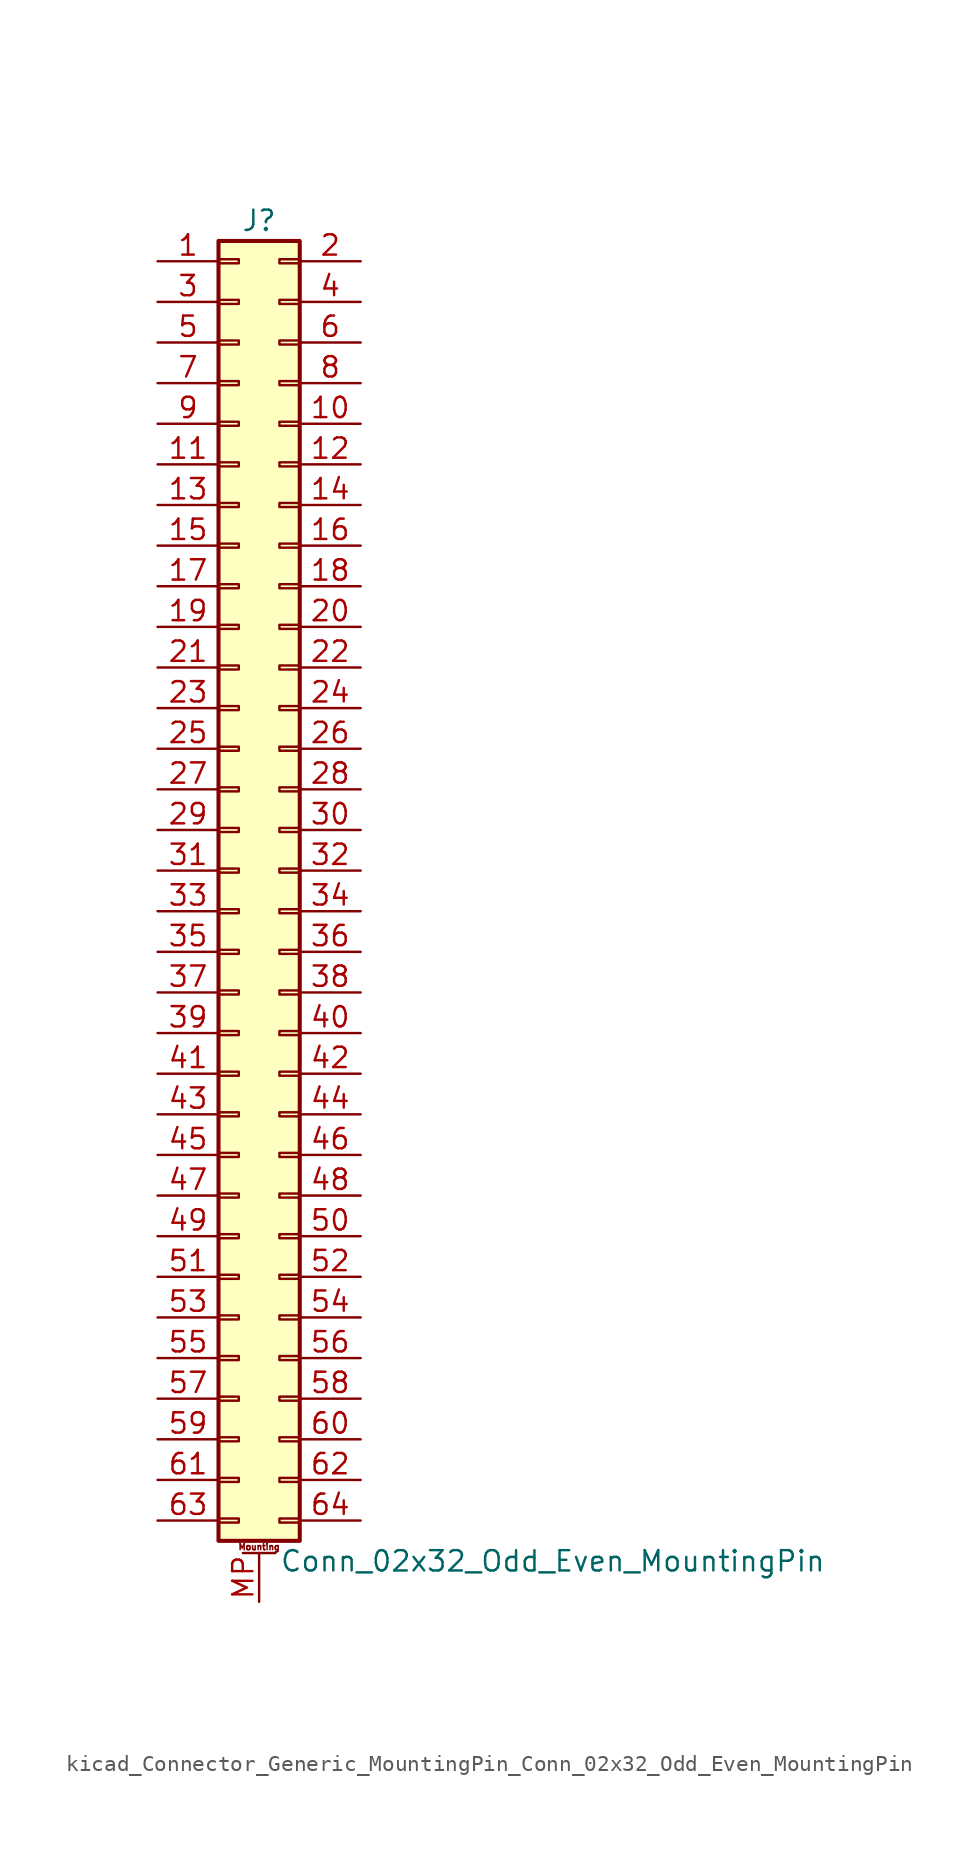
<source format=kicad_sym>
(kicad_symbol_lib
  (version 20220914)
  (generator kicad_symbol_editor)
  (symbol "kicad_Connector_Generic_MountingPin_Conn_02x32_Odd_Even_MountingPin"
    (pin_names
      (offset 1.016) hide)
    (property "Reference" "J"
      (at 1.27 40.64 0)
      (effects (font (size 1.27 1.27))))
    (property "Value" "Conn_02x32_Odd_Even_MountingPin"
      (at 2.54 -43.18 0)
      (effects (font (size 1.27 1.27)) (justify left)))
    (symbol "kicad_Connector_Generic_MountingPin_Conn_02x32_Odd_Even_MountingPin_1_1"
      (rectangle (start -1.27 -40.513) (end 0 -40.767) (stroke (width 0.152) (type default)) (fill (type none)))
      (rectangle (start -1.27 -37.973) (end 0 -38.227) (stroke (width 0.152) (type default)) (fill (type none)))
      (rectangle (start -1.27 -35.433) (end 0 -35.687) (stroke (width 0.152) (type default)) (fill (type none)))
      (rectangle (start -1.27 -32.893) (end 0 -33.147) (stroke (width 0.152) (type default)) (fill (type none)))
      (rectangle (start -1.27 -30.353) (end 0 -30.607) (stroke (width 0.152) (type default)) (fill (type none)))
      (rectangle (start -1.27 -27.813) (end 0 -28.067) (stroke (width 0.152) (type default)) (fill (type none)))
      (rectangle (start -1.27 -25.273) (end 0 -25.527) (stroke (width 0.152) (type default)) (fill (type none)))
      (rectangle (start -1.27 -22.733) (end 0 -22.987) (stroke (width 0.152) (type default)) (fill (type none)))
      (rectangle (start -1.27 -20.193) (end 0 -20.447) (stroke (width 0.152) (type default)) (fill (type none)))
      (rectangle (start -1.27 -17.653) (end 0 -17.907) (stroke (width 0.152) (type default)) (fill (type none)))
      (rectangle (start -1.27 -15.113) (end 0 -15.367) (stroke (width 0.152) (type default)) (fill (type none)))
      (rectangle (start -1.27 -12.573) (end 0 -12.827) (stroke (width 0.152) (type default)) (fill (type none)))
      (rectangle (start -1.27 -10.033) (end 0 -10.287) (stroke (width 0.152) (type default)) (fill (type none)))
      (rectangle (start -1.27 -7.493) (end 0 -7.747) (stroke (width 0.152) (type default)) (fill (type none)))
      (rectangle (start -1.27 -4.953) (end 0 -5.207) (stroke (width 0.152) (type default)) (fill (type none)))
      (rectangle (start -1.27 -2.413) (end 0 -2.667) (stroke (width 0.152) (type default)) (fill (type none)))
      (rectangle (start -1.27 0.127) (end 0 -0.127) (stroke (width 0.152) (type default)) (fill (type none)))
      (rectangle (start -1.27 2.667) (end 0 2.413) (stroke (width 0.152) (type default)) (fill (type none)))
      (rectangle (start -1.27 5.207) (end 0 4.953) (stroke (width 0.152) (type default)) (fill (type none)))
      (rectangle (start -1.27 7.747) (end 0 7.493) (stroke (width 0.152) (type default)) (fill (type none)))
      (rectangle (start -1.27 10.287) (end 0 10.033) (stroke (width 0.152) (type default)) (fill (type none)))
      (rectangle (start -1.27 12.827) (end 0 12.573) (stroke (width 0.152) (type default)) (fill (type none)))
      (rectangle (start -1.27 15.367) (end 0 15.113) (stroke (width 0.152) (type default)) (fill (type none)))
      (rectangle (start -1.27 17.907) (end 0 17.653) (stroke (width 0.152) (type default)) (fill (type none)))
      (rectangle (start -1.27 20.447) (end 0 20.193) (stroke (width 0.152) (type default)) (fill (type none)))
      (rectangle (start -1.27 22.987) (end 0 22.733) (stroke (width 0.152) (type default)) (fill (type none)))
      (rectangle (start -1.27 25.527) (end 0 25.273) (stroke (width 0.152) (type default)) (fill (type none)))
      (rectangle (start -1.27 28.067) (end 0 27.813) (stroke (width 0.152) (type default)) (fill (type none)))
      (rectangle (start -1.27 30.607) (end 0 30.353) (stroke (width 0.152) (type default)) (fill (type none)))
      (rectangle (start -1.27 33.147) (end 0 32.893) (stroke (width 0.152) (type default)) (fill (type none)))
      (rectangle (start -1.27 35.687) (end 0 35.433) (stroke (width 0.152) (type default)) (fill (type none)))
      (rectangle (start -1.27 38.227) (end 0 37.973) (stroke (width 0.152) (type default)) (fill (type none)))
      (rectangle (start -1.27 39.37) (end 3.81 -41.91) (stroke (width 0.254) (type default)) (fill (type background)))
      (polyline (pts (xy 0.254 -42.672) (xy 2.286 -42.672)) (stroke (width 0.152) (type default)) (fill (type none)))
      (rectangle (start 3.81 -40.513) (end 2.54 -40.767) (stroke (width 0.152) (type default)) (fill (type none)))
      (rectangle (start 3.81 -37.973) (end 2.54 -38.227) (stroke (width 0.152) (type default)) (fill (type none)))
      (rectangle (start 3.81 -35.433) (end 2.54 -35.687) (stroke (width 0.152) (type default)) (fill (type none)))
      (rectangle (start 3.81 -32.893) (end 2.54 -33.147) (stroke (width 0.152) (type default)) (fill (type none)))
      (rectangle (start 3.81 -30.353) (end 2.54 -30.607) (stroke (width 0.152) (type default)) (fill (type none)))
      (rectangle (start 3.81 -27.813) (end 2.54 -28.067) (stroke (width 0.152) (type default)) (fill (type none)))
      (rectangle (start 3.81 -25.273) (end 2.54 -25.527) (stroke (width 0.152) (type default)) (fill (type none)))
      (rectangle (start 3.81 -22.733) (end 2.54 -22.987) (stroke (width 0.152) (type default)) (fill (type none)))
      (rectangle (start 3.81 -20.193) (end 2.54 -20.447) (stroke (width 0.152) (type default)) (fill (type none)))
      (rectangle (start 3.81 -17.653) (end 2.54 -17.907) (stroke (width 0.152) (type default)) (fill (type none)))
      (rectangle (start 3.81 -15.113) (end 2.54 -15.367) (stroke (width 0.152) (type default)) (fill (type none)))
      (rectangle (start 3.81 -12.573) (end 2.54 -12.827) (stroke (width 0.152) (type default)) (fill (type none)))
      (rectangle (start 3.81 -10.033) (end 2.54 -10.287) (stroke (width 0.152) (type default)) (fill (type none)))
      (rectangle (start 3.81 -7.493) (end 2.54 -7.747) (stroke (width 0.152) (type default)) (fill (type none)))
      (rectangle (start 3.81 -4.953) (end 2.54 -5.207) (stroke (width 0.152) (type default)) (fill (type none)))
      (rectangle (start 3.81 -2.413) (end 2.54 -2.667) (stroke (width 0.152) (type default)) (fill (type none)))
      (rectangle (start 3.81 0.127) (end 2.54 -0.127) (stroke (width 0.152) (type default)) (fill (type none)))
      (rectangle (start 3.81 2.667) (end 2.54 2.413) (stroke (width 0.152) (type default)) (fill (type none)))
      (rectangle (start 3.81 5.207) (end 2.54 4.953) (stroke (width 0.152) (type default)) (fill (type none)))
      (rectangle (start 3.81 7.747) (end 2.54 7.493) (stroke (width 0.152) (type default)) (fill (type none)))
      (rectangle (start 3.81 10.287) (end 2.54 10.033) (stroke (width 0.152) (type default)) (fill (type none)))
      (rectangle (start 3.81 12.827) (end 2.54 12.573) (stroke (width 0.152) (type default)) (fill (type none)))
      (rectangle (start 3.81 15.367) (end 2.54 15.113) (stroke (width 0.152) (type default)) (fill (type none)))
      (rectangle (start 3.81 17.907) (end 2.54 17.653) (stroke (width 0.152) (type default)) (fill (type none)))
      (rectangle (start 3.81 20.447) (end 2.54 20.193) (stroke (width 0.152) (type default)) (fill (type none)))
      (rectangle (start 3.81 22.987) (end 2.54 22.733) (stroke (width 0.152) (type default)) (fill (type none)))
      (rectangle (start 3.81 25.527) (end 2.54 25.273) (stroke (width 0.152) (type default)) (fill (type none)))
      (rectangle (start 3.81 28.067) (end 2.54 27.813) (stroke (width 0.152) (type default)) (fill (type none)))
      (rectangle (start 3.81 30.607) (end 2.54 30.353) (stroke (width 0.152) (type default)) (fill (type none)))
      (rectangle (start 3.81 33.147) (end 2.54 32.893) (stroke (width 0.152) (type default)) (fill (type none)))
      (rectangle (start 3.81 35.687) (end 2.54 35.433) (stroke (width 0.152) (type default)) (fill (type none)))
      (rectangle (start 3.81 38.227) (end 2.54 37.973) (stroke (width 0.152) (type default)) (fill (type none)))
      (text "Mounting" (at 1.27 -42.291 0) (effects (font (size 0.381 0.381))))
      (pin passive line (at -5.08 38.1 0) (length 3.81) (name "Pin_1" (effects (font (size 1.27 1.27)))) (number "1" (effects (font (size 1.27 1.27)))))
      (pin passive line (at 7.62 27.94 180) (length 3.81) (name "Pin_10" (effects (font (size 1.27 1.27)))) (number "10" (effects (font (size 1.27 1.27)))))
      (pin passive line (at -5.08 25.4 0) (length 3.81) (name "Pin_11" (effects (font (size 1.27 1.27)))) (number "11" (effects (font (size 1.27 1.27)))))
      (pin passive line (at 7.62 25.4 180) (length 3.81) (name "Pin_12" (effects (font (size 1.27 1.27)))) (number "12" (effects (font (size 1.27 1.27)))))
      (pin passive line (at -5.08 22.86 0) (length 3.81) (name "Pin_13" (effects (font (size 1.27 1.27)))) (number "13" (effects (font (size 1.27 1.27)))))
      (pin passive line (at 7.62 22.86 180) (length 3.81) (name "Pin_14" (effects (font (size 1.27 1.27)))) (number "14" (effects (font (size 1.27 1.27)))))
      (pin passive line (at -5.08 20.32 0) (length 3.81) (name "Pin_15" (effects (font (size 1.27 1.27)))) (number "15" (effects (font (size 1.27 1.27)))))
      (pin passive line (at 7.62 20.32 180) (length 3.81) (name "Pin_16" (effects (font (size 1.27 1.27)))) (number "16" (effects (font (size 1.27 1.27)))))
      (pin passive line (at -5.08 17.78 0) (length 3.81) (name "Pin_17" (effects (font (size 1.27 1.27)))) (number "17" (effects (font (size 1.27 1.27)))))
      (pin passive line (at 7.62 17.78 180) (length 3.81) (name "Pin_18" (effects (font (size 1.27 1.27)))) (number "18" (effects (font (size 1.27 1.27)))))
      (pin passive line (at -5.08 15.24 0) (length 3.81) (name "Pin_19" (effects (font (size 1.27 1.27)))) (number "19" (effects (font (size 1.27 1.27)))))
      (pin passive line (at 7.62 38.1 180) (length 3.81) (name "Pin_2" (effects (font (size 1.27 1.27)))) (number "2" (effects (font (size 1.27 1.27)))))
      (pin passive line (at 7.62 15.24 180) (length 3.81) (name "Pin_20" (effects (font (size 1.27 1.27)))) (number "20" (effects (font (size 1.27 1.27)))))
      (pin passive line (at -5.08 12.7 0) (length 3.81) (name "Pin_21" (effects (font (size 1.27 1.27)))) (number "21" (effects (font (size 1.27 1.27)))))
      (pin passive line (at 7.62 12.7 180) (length 3.81) (name "Pin_22" (effects (font (size 1.27 1.27)))) (number "22" (effects (font (size 1.27 1.27)))))
      (pin passive line (at -5.08 10.16 0) (length 3.81) (name "Pin_23" (effects (font (size 1.27 1.27)))) (number "23" (effects (font (size 1.27 1.27)))))
      (pin passive line (at 7.62 10.16 180) (length 3.81) (name "Pin_24" (effects (font (size 1.27 1.27)))) (number "24" (effects (font (size 1.27 1.27)))))
      (pin passive line (at -5.08 7.62 0) (length 3.81) (name "Pin_25" (effects (font (size 1.27 1.27)))) (number "25" (effects (font (size 1.27 1.27)))))
      (pin passive line (at 7.62 7.62 180) (length 3.81) (name "Pin_26" (effects (font (size 1.27 1.27)))) (number "26" (effects (font (size 1.27 1.27)))))
      (pin passive line (at -5.08 5.08 0) (length 3.81) (name "Pin_27" (effects (font (size 1.27 1.27)))) (number "27" (effects (font (size 1.27 1.27)))))
      (pin passive line (at 7.62 5.08 180) (length 3.81) (name "Pin_28" (effects (font (size 1.27 1.27)))) (number "28" (effects (font (size 1.27 1.27)))))
      (pin passive line (at -5.08 2.54 0) (length 3.81) (name "Pin_29" (effects (font (size 1.27 1.27)))) (number "29" (effects (font (size 1.27 1.27)))))
      (pin passive line (at -5.08 35.56 0) (length 3.81) (name "Pin_3" (effects (font (size 1.27 1.27)))) (number "3" (effects (font (size 1.27 1.27)))))
      (pin passive line (at 7.62 2.54 180) (length 3.81) (name "Pin_30" (effects (font (size 1.27 1.27)))) (number "30" (effects (font (size 1.27 1.27)))))
      (pin passive line (at -5.08 0 0) (length 3.81) (name "Pin_31" (effects (font (size 1.27 1.27)))) (number "31" (effects (font (size 1.27 1.27)))))
      (pin passive line (at 7.62 0 180) (length 3.81) (name "Pin_32" (effects (font (size 1.27 1.27)))) (number "32" (effects (font (size 1.27 1.27)))))
      (pin passive line (at -5.08 -2.54 0) (length 3.81) (name "Pin_33" (effects (font (size 1.27 1.27)))) (number "33" (effects (font (size 1.27 1.27)))))
      (pin passive line (at 7.62 -2.54 180) (length 3.81) (name "Pin_34" (effects (font (size 1.27 1.27)))) (number "34" (effects (font (size 1.27 1.27)))))
      (pin passive line (at -5.08 -5.08 0) (length 3.81) (name "Pin_35" (effects (font (size 1.27 1.27)))) (number "35" (effects (font (size 1.27 1.27)))))
      (pin passive line (at 7.62 -5.08 180) (length 3.81) (name "Pin_36" (effects (font (size 1.27 1.27)))) (number "36" (effects (font (size 1.27 1.27)))))
      (pin passive line (at -5.08 -7.62 0) (length 3.81) (name "Pin_37" (effects (font (size 1.27 1.27)))) (number "37" (effects (font (size 1.27 1.27)))))
      (pin passive line (at 7.62 -7.62 180) (length 3.81) (name "Pin_38" (effects (font (size 1.27 1.27)))) (number "38" (effects (font (size 1.27 1.27)))))
      (pin passive line (at -5.08 -10.16 0) (length 3.81) (name "Pin_39" (effects (font (size 1.27 1.27)))) (number "39" (effects (font (size 1.27 1.27)))))
      (pin passive line (at 7.62 35.56 180) (length 3.81) (name "Pin_4" (effects (font (size 1.27 1.27)))) (number "4" (effects (font (size 1.27 1.27)))))
      (pin passive line (at 7.62 -10.16 180) (length 3.81) (name "Pin_40" (effects (font (size 1.27 1.27)))) (number "40" (effects (font (size 1.27 1.27)))))
      (pin passive line (at -5.08 -12.7 0) (length 3.81) (name "Pin_41" (effects (font (size 1.27 1.27)))) (number "41" (effects (font (size 1.27 1.27)))))
      (pin passive line (at 7.62 -12.7 180) (length 3.81) (name "Pin_42" (effects (font (size 1.27 1.27)))) (number "42" (effects (font (size 1.27 1.27)))))
      (pin passive line (at -5.08 -15.24 0) (length 3.81) (name "Pin_43" (effects (font (size 1.27 1.27)))) (number "43" (effects (font (size 1.27 1.27)))))
      (pin passive line (at 7.62 -15.24 180) (length 3.81) (name "Pin_44" (effects (font (size 1.27 1.27)))) (number "44" (effects (font (size 1.27 1.27)))))
      (pin passive line (at -5.08 -17.78 0) (length 3.81) (name "Pin_45" (effects (font (size 1.27 1.27)))) (number "45" (effects (font (size 1.27 1.27)))))
      (pin passive line (at 7.62 -17.78 180) (length 3.81) (name "Pin_46" (effects (font (size 1.27 1.27)))) (number "46" (effects (font (size 1.27 1.27)))))
      (pin passive line (at -5.08 -20.32 0) (length 3.81) (name "Pin_47" (effects (font (size 1.27 1.27)))) (number "47" (effects (font (size 1.27 1.27)))))
      (pin passive line (at 7.62 -20.32 180) (length 3.81) (name "Pin_48" (effects (font (size 1.27 1.27)))) (number "48" (effects (font (size 1.27 1.27)))))
      (pin passive line (at -5.08 -22.86 0) (length 3.81) (name "Pin_49" (effects (font (size 1.27 1.27)))) (number "49" (effects (font (size 1.27 1.27)))))
      (pin passive line (at -5.08 33.02 0) (length 3.81) (name "Pin_5" (effects (font (size 1.27 1.27)))) (number "5" (effects (font (size 1.27 1.27)))))
      (pin passive line (at 7.62 -22.86 180) (length 3.81) (name "Pin_50" (effects (font (size 1.27 1.27)))) (number "50" (effects (font (size 1.27 1.27)))))
      (pin passive line (at -5.08 -25.4 0) (length 3.81) (name "Pin_51" (effects (font (size 1.27 1.27)))) (number "51" (effects (font (size 1.27 1.27)))))
      (pin passive line (at 7.62 -25.4 180) (length 3.81) (name "Pin_52" (effects (font (size 1.27 1.27)))) (number "52" (effects (font (size 1.27 1.27)))))
      (pin passive line (at -5.08 -27.94 0) (length 3.81) (name "Pin_53" (effects (font (size 1.27 1.27)))) (number "53" (effects (font (size 1.27 1.27)))))
      (pin passive line (at 7.62 -27.94 180) (length 3.81) (name "Pin_54" (effects (font (size 1.27 1.27)))) (number "54" (effects (font (size 1.27 1.27)))))
      (pin passive line (at -5.08 -30.48 0) (length 3.81) (name "Pin_55" (effects (font (size 1.27 1.27)))) (number "55" (effects (font (size 1.27 1.27)))))
      (pin passive line (at 7.62 -30.48 180) (length 3.81) (name "Pin_56" (effects (font (size 1.27 1.27)))) (number "56" (effects (font (size 1.27 1.27)))))
      (pin passive line (at -5.08 -33.02 0) (length 3.81) (name "Pin_57" (effects (font (size 1.27 1.27)))) (number "57" (effects (font (size 1.27 1.27)))))
      (pin passive line (at 7.62 -33.02 180) (length 3.81) (name "Pin_58" (effects (font (size 1.27 1.27)))) (number "58" (effects (font (size 1.27 1.27)))))
      (pin passive line (at -5.08 -35.56 0) (length 3.81) (name "Pin_59" (effects (font (size 1.27 1.27)))) (number "59" (effects (font (size 1.27 1.27)))))
      (pin passive line (at 7.62 33.02 180) (length 3.81) (name "Pin_6" (effects (font (size 1.27 1.27)))) (number "6" (effects (font (size 1.27 1.27)))))
      (pin passive line (at 7.62 -35.56 180) (length 3.81) (name "Pin_60" (effects (font (size 1.27 1.27)))) (number "60" (effects (font (size 1.27 1.27)))))
      (pin passive line (at -5.08 -38.1 0) (length 3.81) (name "Pin_61" (effects (font (size 1.27 1.27)))) (number "61" (effects (font (size 1.27 1.27)))))
      (pin passive line (at 7.62 -38.1 180) (length 3.81) (name "Pin_62" (effects (font (size 1.27 1.27)))) (number "62" (effects (font (size 1.27 1.27)))))
      (pin passive line (at -5.08 -40.64 0) (length 3.81) (name "Pin_63" (effects (font (size 1.27 1.27)))) (number "63" (effects (font (size 1.27 1.27)))))
      (pin passive line (at 7.62 -40.64 180) (length 3.81) (name "Pin_64" (effects (font (size 1.27 1.27)))) (number "64" (effects (font (size 1.27 1.27)))))
      (pin passive line (at -5.08 30.48 0) (length 3.81) (name "Pin_7" (effects (font (size 1.27 1.27)))) (number "7" (effects (font (size 1.27 1.27)))))
      (pin passive line (at 7.62 30.48 180) (length 3.81) (name "Pin_8" (effects (font (size 1.27 1.27)))) (number "8" (effects (font (size 1.27 1.27)))))
      (pin passive line (at -5.08 27.94 0) (length 3.81) (name "Pin_9" (effects (font (size 1.27 1.27)))) (number "9" (effects (font (size 1.27 1.27)))))
      (pin passive line (at 1.27 -45.72 90) (length 3.048) (name "MountPin" (effects (font (size 1.27 1.27)))) (number "MP" (effects (font (size 1.27 1.27))))))))
</source>
